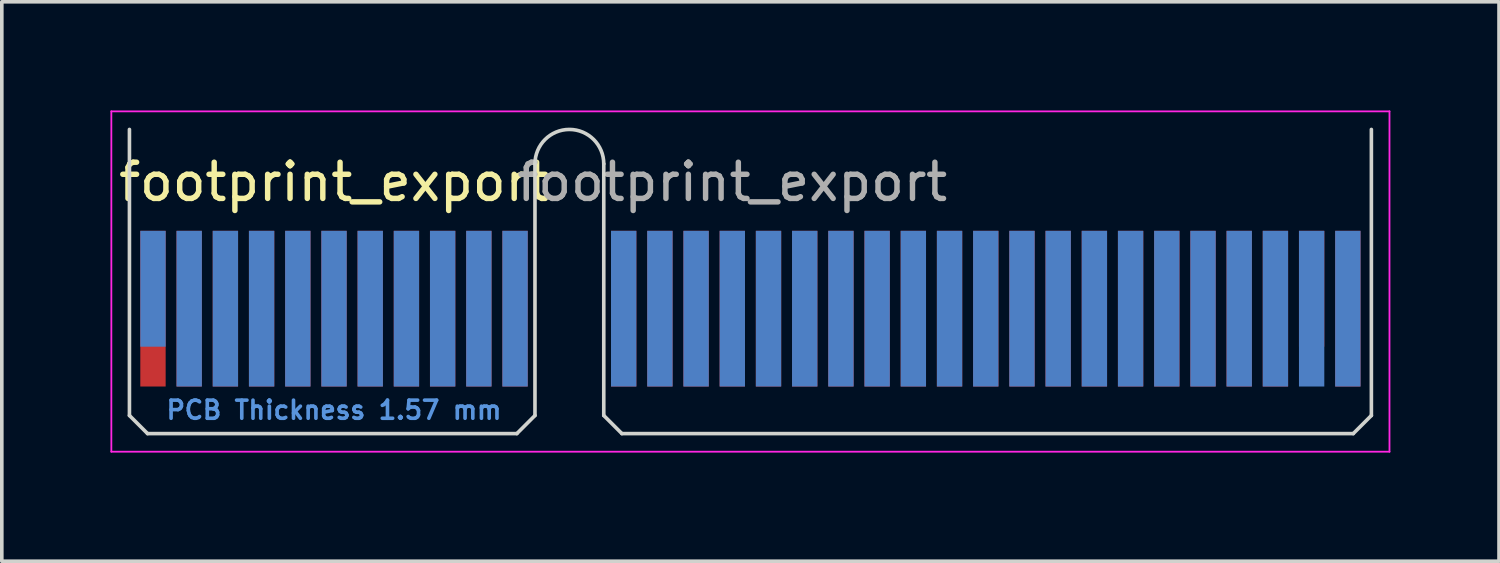
<source format=kicad_pcb>
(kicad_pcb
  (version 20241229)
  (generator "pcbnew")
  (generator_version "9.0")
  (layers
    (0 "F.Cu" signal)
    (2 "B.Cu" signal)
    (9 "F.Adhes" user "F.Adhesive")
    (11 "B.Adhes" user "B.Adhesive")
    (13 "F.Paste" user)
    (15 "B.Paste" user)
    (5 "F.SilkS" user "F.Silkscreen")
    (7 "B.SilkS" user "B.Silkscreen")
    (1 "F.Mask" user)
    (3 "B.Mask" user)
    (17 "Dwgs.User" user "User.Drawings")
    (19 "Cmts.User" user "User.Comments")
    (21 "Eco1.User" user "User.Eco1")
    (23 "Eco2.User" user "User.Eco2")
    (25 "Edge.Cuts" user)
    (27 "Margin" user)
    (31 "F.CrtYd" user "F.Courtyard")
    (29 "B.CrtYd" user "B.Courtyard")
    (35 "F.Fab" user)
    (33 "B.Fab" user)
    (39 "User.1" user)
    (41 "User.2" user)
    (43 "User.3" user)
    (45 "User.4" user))
  (footprint "footprint_export"
    (layer "F.Cu")
    (at 1.175 5.475)
    (property "Reference" "footprint_export" (at 5 -3.5 0) (layer "F.SilkS") (effects (font (size 1 1) (thickness 0.15))))
    (attr exclude_from_pos_files exclude_from_bom)
    (fp_line (start -0.65 -4.95) (end -0.65 2.95) (stroke (width 0.1) (type solid)) (layer "Edge.Cuts"))
    (fp_line (start -0.65 2.95) (end -0.15 3.45) (stroke (width 0.1) (type solid)) (layer "Edge.Cuts"))
    (fp_line (start -0.15 3.45) (end 10.05 3.45) (stroke (width 0.1) (type solid)) (layer "Edge.Cuts"))
    (fp_line (start 10.55 -4) (end 10.55 2.95) (stroke (width 0.1) (type solid)) (layer "Edge.Cuts"))
    (fp_line (start 10.55 2.95) (end 10.05 3.45) (stroke (width 0.1) (type solid)) (layer "Edge.Cuts"))
    (fp_line (start 12.45 -4) (end 12.45 2.95) (stroke (width 0.1) (type solid)) (layer "Edge.Cuts"))
    (fp_line (start 12.45 2.95) (end 12.95 3.45) (stroke (width 0.1) (type solid)) (layer "Edge.Cuts"))
    (fp_line (start 12.95 3.45) (end 33.15 3.45) (stroke (width 0.1) (type solid)) (layer "Edge.Cuts"))
    (fp_line (start 33.65 -4.95) (end 33.65 2.95) (stroke (width 0.1) (type solid)) (layer "Edge.Cuts"))
    (fp_line (start 33.65 2.95) (end 33.15 3.45) (stroke (width 0.1) (type solid)) (layer "Edge.Cuts"))
    (fp_arc (start 10.55 -4) (mid 11.5 -4.95) (end 12.45 -4) (stroke (width 0.1) (type solid)) (layer "Edge.Cuts"))
    (fp_line (start -1.15 -5.45) (end -1.15 3.95) (stroke (width 0.05) (type solid)) (layer "F.CrtYd"))
    (fp_line (start -1.15 -5.45) (end 34.15 -5.45) (stroke (width 0.05) (type solid)) (layer "F.CrtYd"))
    (fp_line (start 34.15 3.95) (end -1.15 3.95) (stroke (width 0.05) (type solid)) (layer "F.CrtYd"))
    (fp_line (start 34.15 3.95) (end 34.15 -5.45) (stroke (width 0.05) (type solid)) (layer "F.CrtYd"))
    (fp_text user "PCB Thickness 1.57 mm" (at 5 2.8 180) (layer "Cmts.User") (effects (font (size 0.5 0.5) (thickness 0.1))))
    (fp_text user "${REFERENCE}" (at 16 -3.5 0) (layer "F.Fab") (effects (font (size 1 1) (thickness 0.15))))
    (pad "A1" connect rect (at 0 -0.55) (size 0.7 3.2) (layers "B.Cu" "B.Mask"))
    (pad "A2" connect rect (at 1 0) (size 0.7 4.3) (layers "B.Cu" "B.Mask"))
    (pad "A3" connect rect (at 2 0) (size 0.7 4.3) (layers "B.Cu" "B.Mask"))
    (pad "A4" connect rect (at 3 0) (size 0.7 4.3) (layers "B.Cu" "B.Mask"))
    (pad "A5" connect rect (at 4 0) (size 0.7 4.3) (layers "B.Cu" "B.Mask"))
    (pad "A6" connect rect (at 5 0) (size 0.7 4.3) (layers "B.Cu" "B.Mask"))
    (pad "A7" connect rect (at 6 0) (size 0.7 4.3) (layers "B.Cu" "B.Mask"))
    (pad "A8" connect rect (at 7 0) (size 0.7 4.3) (layers "B.Cu" "B.Mask"))
    (pad "A9" connect rect (at 8 0) (size 0.7 4.3) (layers "B.Cu" "B.Mask"))
    (pad "A10" connect rect (at 9 0) (size 0.7 4.3) (layers "B.Cu" "B.Mask"))
    (pad "A11" connect rect (at 10 0) (size 0.7 4.3) (layers "B.Cu" "B.Mask"))
    (pad "A12" connect rect (at 13 0) (size 0.7 4.3) (layers "B.Cu" "B.Mask"))
    (pad "A13" connect rect (at 14 0) (size 0.7 4.3) (layers "B.Cu" "B.Mask"))
    (pad "A14" connect rect (at 15 0) (size 0.7 4.3) (layers "B.Cu" "B.Mask"))
    (pad "A15" connect rect (at 16 0) (size 0.7 4.3) (layers "B.Cu" "B.Mask"))
    (pad "A16" connect rect (at 17 0) (size 0.7 4.3) (layers "B.Cu" "B.Mask"))
    (pad "A17" connect rect (at 18 0) (size 0.7 4.3) (layers "B.Cu" "B.Mask"))
    (pad "A18" connect rect (at 19 0) (size 0.7 4.3) (layers "B.Cu" "B.Mask"))
    (pad "A19" connect rect (at 20 0) (size 0.7 4.3) (layers "B.Cu" "B.Mask"))
    (pad "A20" connect rect (at 21 0) (size 0.7 4.3) (layers "B.Cu" "B.Mask"))
    (pad "A21" connect rect (at 22 0) (size 0.7 4.3) (layers "B.Cu" "B.Mask"))
    (pad "A22" connect rect (at 23 0) (size 0.7 4.3) (layers "B.Cu" "B.Mask"))
    (pad "A23" connect rect (at 24 0) (size 0.7 4.3) (layers "B.Cu" "B.Mask"))
    (pad "A24" connect rect (at 25 0) (size 0.7 4.3) (layers "B.Cu" "B.Mask"))
    (pad "A25" connect rect (at 26 0) (size 0.7 4.3) (layers "B.Cu" "B.Mask"))
    (pad "A26" connect rect (at 27 0) (size 0.7 4.3) (layers "B.Cu" "B.Mask"))
    (pad "A27" connect rect (at 28 0) (size 0.7 4.3) (layers "B.Cu" "B.Mask"))
    (pad "A28" connect rect (at 29 0) (size 0.7 4.3) (layers "B.Cu" "B.Mask"))
    (pad "A29" connect rect (at 30 0) (size 0.7 4.3) (layers "B.Cu" "B.Mask"))
    (pad "A30" connect rect (at 31 0) (size 0.7 4.3) (layers "B.Cu" "B.Mask"))
    (pad "A31" connect rect (at 32 0) (size 0.7 4.3) (layers "B.Cu" "B.Mask"))
    (pad "A32" connect rect (at 33 0) (size 0.7 4.3) (layers "B.Cu" "B.Mask"))
    (pad "B1" connect rect (at 0 0) (size 0.7 4.3) (layers "F.Cu" "F.Mask"))
    (pad "B2" connect rect (at 1 0) (size 0.7 4.3) (layers "F.Cu" "F.Mask"))
    (pad "B3" connect rect (at 2 0) (size 0.7 4.3) (layers "F.Cu" "F.Mask"))
    (pad "B4" connect rect (at 3 0) (size 0.7 4.3) (layers "F.Cu" "F.Mask"))
    (pad "B5" connect rect (at 4 0) (size 0.7 4.3) (layers "F.Cu" "F.Mask"))
    (pad "B6" connect rect (at 5 0) (size 0.7 4.3) (layers "F.Cu" "F.Mask"))
    (pad "B7" connect rect (at 6 0) (size 0.7 4.3) (layers "F.Cu" "F.Mask"))
    (pad "B8" connect rect (at 7 0) (size 0.7 4.3) (layers "F.Cu" "F.Mask"))
    (pad "B9" connect rect (at 8 0) (size 0.7 4.3) (layers "F.Cu" "F.Mask"))
    (pad "B10" connect rect (at 9 0) (size 0.7 4.3) (layers "F.Cu" "F.Mask"))
    (pad "B11" connect rect (at 10 0) (size 0.7 4.3) (layers "F.Cu" "F.Mask"))
    (pad "B12" connect rect (at 13 0) (size 0.7 4.3) (layers "F.Cu" "F.Mask"))
    (pad "B13" connect rect (at 14 0) (size 0.7 4.3) (layers "F.Cu" "F.Mask"))
    (pad "B14" connect rect (at 15 0) (size 0.7 4.3) (layers "F.Cu" "F.Mask"))
    (pad "B15" connect rect (at 16 0) (size 0.7 4.3) (layers "F.Cu" "F.Mask"))
    (pad "B16" connect rect (at 17 0) (size 0.7 4.3) (layers "F.Cu" "F.Mask"))
    (pad "B17" connect rect (at 18 0) (size 0.7 4.3) (layers "F.Cu" "F.Mask"))
    (pad "B18" connect rect (at 19 0) (size 0.7 4.3) (layers "F.Cu" "F.Mask"))
    (pad "B19" connect rect (at 20 0) (size 0.7 4.3) (layers "F.Cu" "F.Mask"))
    (pad "B20" connect rect (at 21 0) (size 0.7 4.3) (layers "F.Cu" "F.Mask"))
    (pad "B21" connect rect (at 22 0) (size 0.7 4.3) (layers "F.Cu" "F.Mask"))
    (pad "B22" connect rect (at 23 0) (size 0.7 4.3) (layers "F.Cu" "F.Mask"))
    (pad "B23" connect rect (at 24 0) (size 0.7 4.3) (layers "F.Cu" "F.Mask"))
    (pad "B24" connect rect (at 25 0) (size 0.7 4.3) (layers "F.Cu" "F.Mask"))
    (pad "B25" connect rect (at 26 0) (size 0.7 4.3) (layers "F.Cu" "F.Mask"))
    (pad "B26" connect rect (at 27 0) (size 0.7 4.3) (layers "F.Cu" "F.Mask"))
    (pad "B27" connect rect (at 28 0) (size 0.7 4.3) (layers "F.Cu" "F.Mask"))
    (pad "B28" connect rect (at 29 0) (size 0.7 4.3) (layers "F.Cu" "F.Mask"))
    (pad "B29" connect rect (at 30 0) (size 0.7 4.3) (layers "F.Cu" "F.Mask"))
    (pad "B30" connect rect (at 31 0) (size 0.7 4.3) (layers "F.Cu" "F.Mask"))
    (pad "B31" connect rect (at 32 -0.55) (size 0.7 3.2) (layers "F.Cu" "F.Mask"))
    (pad "B32" connect rect (at 33 0) (size 0.7 4.3) (layers "F.Cu" "F.Mask")))
  (gr_rect
    (start -3 -3)
    (end 38.35 12.45)
    (stroke (width 0.1) (type default))
    (fill no)
    (layer "Edge.Cuts")))
</source>
